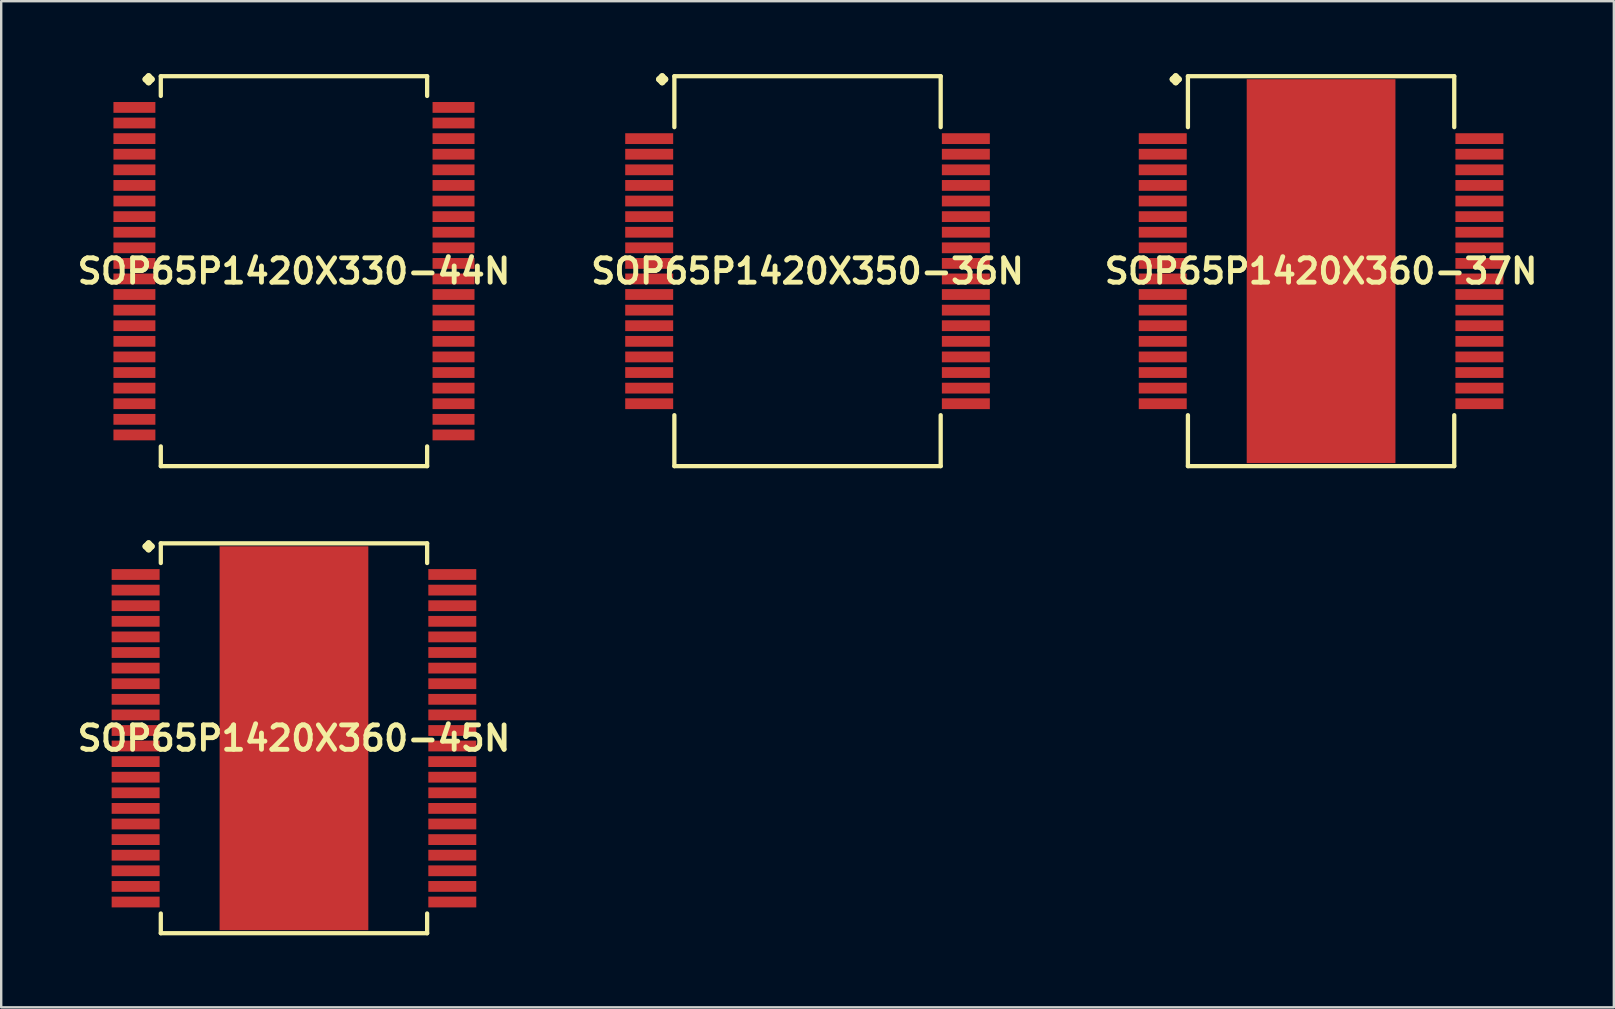
<source format=kicad_pcb>
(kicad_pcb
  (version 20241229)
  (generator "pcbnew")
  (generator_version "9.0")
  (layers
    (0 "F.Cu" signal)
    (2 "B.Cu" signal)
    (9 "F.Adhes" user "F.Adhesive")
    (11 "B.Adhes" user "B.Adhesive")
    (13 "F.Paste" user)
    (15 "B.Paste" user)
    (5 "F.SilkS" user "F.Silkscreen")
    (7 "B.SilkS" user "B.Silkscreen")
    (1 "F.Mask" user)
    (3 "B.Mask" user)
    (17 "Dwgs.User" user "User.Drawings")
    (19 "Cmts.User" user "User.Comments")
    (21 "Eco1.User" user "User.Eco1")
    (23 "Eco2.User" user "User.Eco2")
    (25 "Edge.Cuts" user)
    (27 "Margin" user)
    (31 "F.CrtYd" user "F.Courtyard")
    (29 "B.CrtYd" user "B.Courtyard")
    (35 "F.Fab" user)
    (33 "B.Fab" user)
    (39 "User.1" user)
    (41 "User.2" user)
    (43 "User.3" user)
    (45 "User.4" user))
  (footprint "SOP65P1420X360-45N"
    (layer "F.Cu")
    (at 9.202 27.719)
    (property "Reference" "SOP65P1420X360-45N" (at 0 0 0) (layer "F.SilkS") (effects (font (size 1.016 1.016) (thickness 0.203))))
    (attr smd)
    (fp_line (start -6.185 -7.998) (end -6.058 -8.125) (stroke (width 0.254) (type solid)) (layer "F.SilkS"))
    (fp_line (start -6.058 -8.125) (end -5.931 -7.998) (stroke (width 0.254) (type solid)) (layer "F.SilkS"))
    (fp_line (start -6.058 -7.871) (end -6.185 -7.998) (stroke (width 0.254) (type solid)) (layer "F.SilkS"))
    (fp_line (start -5.931 -7.998) (end -6.058 -7.871) (stroke (width 0.254) (type solid)) (layer "F.SilkS"))
    (fp_line (start -5.55 -8.125) (end 5.55 -8.125) (stroke (width 0.178) (type solid)) (layer "F.SilkS"))
    (fp_line (start -5.55 -7.303) (end -5.55 -8.125) (stroke (width 0.178) (type solid)) (layer "F.SilkS"))
    (fp_line (start -5.55 7.303) (end -5.55 8.125) (stroke (width 0.178) (type solid)) (layer "F.SilkS"))
    (fp_line (start -5.55 8.125) (end 5.55 8.125) (stroke (width 0.178) (type solid)) (layer "F.SilkS"))
    (fp_line (start 5.55 -8.125) (end 5.55 -7.303) (stroke (width 0.178) (type solid)) (layer "F.SilkS"))
    (fp_line (start 5.55 8.125) (end 5.55 7.303) (stroke (width 0.178) (type solid)) (layer "F.SilkS"))
    (pad "1" smd rect (at -6.599 -6.825) (size 1.999 0.45) (layers "F.Cu" "F.Mask" "F.Paste"))
    (pad "2" smd rect (at -6.599 -6.175) (size 1.999 0.45) (layers "F.Cu" "F.Mask" "F.Paste"))
    (pad "3" smd rect (at -6.599 -5.524) (size 1.999 0.45) (layers "F.Cu" "F.Mask" "F.Paste"))
    (pad "4" smd rect (at -6.599 -4.874) (size 1.999 0.45) (layers "F.Cu" "F.Mask" "F.Paste"))
    (pad "5" smd rect (at -6.599 -4.224) (size 1.999 0.45) (layers "F.Cu" "F.Mask" "F.Paste"))
    (pad "6" smd rect (at -6.599 -3.574) (size 1.999 0.45) (layers "F.Cu" "F.Mask" "F.Paste"))
    (pad "7" smd rect (at -6.599 -2.924) (size 1.999 0.45) (layers "F.Cu" "F.Mask" "F.Paste"))
    (pad "8" smd rect (at -6.599 -2.273) (size 1.999 0.45) (layers "F.Cu" "F.Mask" "F.Paste"))
    (pad "9" smd rect (at -6.599 -1.623) (size 1.999 0.45) (layers "F.Cu" "F.Mask" "F.Paste"))
    (pad "10" smd rect (at -6.599 -0.973) (size 1.999 0.45) (layers "F.Cu" "F.Mask" "F.Paste"))
    (pad "11" smd rect (at -6.599 -0.323) (size 1.999 0.45) (layers "F.Cu" "F.Mask" "F.Paste"))
    (pad "12" smd rect (at -6.599 0.323) (size 1.999 0.45) (layers "F.Cu" "F.Mask" "F.Paste"))
    (pad "13" smd rect (at -6.599 0.973) (size 1.999 0.45) (layers "F.Cu" "F.Mask" "F.Paste"))
    (pad "14" smd rect (at -6.599 1.623) (size 1.999 0.45) (layers "F.Cu" "F.Mask" "F.Paste"))
    (pad "15" smd rect (at -6.599 2.273) (size 1.999 0.45) (layers "F.Cu" "F.Mask" "F.Paste"))
    (pad "16" smd rect (at -6.599 2.924) (size 1.999 0.45) (layers "F.Cu" "F.Mask" "F.Paste"))
    (pad "17" smd rect (at -6.599 3.574) (size 1.999 0.45) (layers "F.Cu" "F.Mask" "F.Paste"))
    (pad "18" smd rect (at -6.599 4.224) (size 1.999 0.45) (layers "F.Cu" "F.Mask" "F.Paste"))
    (pad "19" smd rect (at -6.599 4.874) (size 1.999 0.45) (layers "F.Cu" "F.Mask" "F.Paste"))
    (pad "20" smd rect (at -6.599 5.524) (size 1.999 0.45) (layers "F.Cu" "F.Mask" "F.Paste"))
    (pad "21" smd rect (at -6.599 6.175) (size 1.999 0.45) (layers "F.Cu" "F.Mask" "F.Paste"))
    (pad "22" smd rect (at -6.599 6.825) (size 1.999 0.45) (layers "F.Cu" "F.Mask" "F.Paste"))
    (pad "23" smd rect (at 6.599 6.825) (size 1.999 0.45) (layers "F.Cu" "F.Mask" "F.Paste"))
    (pad "24" smd rect (at 6.599 6.175) (size 1.999 0.45) (layers "F.Cu" "F.Mask" "F.Paste"))
    (pad "25" smd rect (at 6.599 5.524) (size 1.999 0.45) (layers "F.Cu" "F.Mask" "F.Paste"))
    (pad "26" smd rect (at 6.599 4.874) (size 1.999 0.45) (layers "F.Cu" "F.Mask" "F.Paste"))
    (pad "27" smd rect (at 6.599 4.224) (size 1.999 0.45) (layers "F.Cu" "F.Mask" "F.Paste"))
    (pad "28" smd rect (at 6.599 3.574) (size 1.999 0.45) (layers "F.Cu" "F.Mask" "F.Paste"))
    (pad "29" smd rect (at 6.599 2.924) (size 1.999 0.45) (layers "F.Cu" "F.Mask" "F.Paste"))
    (pad "30" smd rect (at 6.599 2.273) (size 1.999 0.45) (layers "F.Cu" "F.Mask" "F.Paste"))
    (pad "31" smd rect (at 6.599 1.623) (size 1.999 0.45) (layers "F.Cu" "F.Mask" "F.Paste"))
    (pad "32" smd rect (at 6.599 0.973) (size 1.999 0.45) (layers "F.Cu" "F.Mask" "F.Paste"))
    (pad "33" smd rect (at 6.599 0.323) (size 1.999 0.45) (layers "F.Cu" "F.Mask" "F.Paste"))
    (pad "34" smd rect (at 6.599 -0.323) (size 1.999 0.45) (layers "F.Cu" "F.Mask" "F.Paste"))
    (pad "35" smd rect (at 6.599 -0.973) (size 1.999 0.45) (layers "F.Cu" "F.Mask" "F.Paste"))
    (pad "36" smd rect (at 6.599 -1.623) (size 1.999 0.45) (layers "F.Cu" "F.Mask" "F.Paste"))
    (pad "37" smd rect (at 6.599 -2.273) (size 1.999 0.45) (layers "F.Cu" "F.Mask" "F.Paste"))
    (pad "38" smd rect (at 6.599 -2.924) (size 1.999 0.45) (layers "F.Cu" "F.Mask" "F.Paste"))
    (pad "39" smd rect (at 6.599 -3.574) (size 1.999 0.45) (layers "F.Cu" "F.Mask" "F.Paste"))
    (pad "40" smd rect (at 6.599 -4.224) (size 1.999 0.45) (layers "F.Cu" "F.Mask" "F.Paste"))
    (pad "41" smd rect (at 6.599 -4.874) (size 1.999 0.45) (layers "F.Cu" "F.Mask" "F.Paste"))
    (pad "42" smd rect (at 6.599 -5.524) (size 1.999 0.45) (layers "F.Cu" "F.Mask" "F.Paste"))
    (pad "43" smd rect (at 6.599 -6.175) (size 1.999 0.45) (layers "F.Cu" "F.Mask" "F.Paste"))
    (pad "44" smd rect (at 6.599 -6.825) (size 1.999 0.45) (layers "F.Cu" "F.Mask" "F.Paste"))
    (pad "45" smd rect (at 0 0) (size 6.198 15.999) (layers "F.Cu" "F.Mask" "F.Paste")))
  (footprint "SOP65P1420X330-44N"
    (layer "F.Cu")
    (at 9.202 8.252)
    (property "Reference" "SOP65P1420X330-44N" (at 0 0 0) (layer "F.SilkS") (effects (font (size 1.016 1.016) (thickness 0.203))))
    (attr smd)
    (fp_line (start -6.185 -7.998) (end -6.058 -8.125) (stroke (width 0.254) (type solid)) (layer "F.SilkS"))
    (fp_line (start -6.058 -8.125) (end -5.931 -7.998) (stroke (width 0.254) (type solid)) (layer "F.SilkS"))
    (fp_line (start -6.058 -7.871) (end -6.185 -7.998) (stroke (width 0.254) (type solid)) (layer "F.SilkS"))
    (fp_line (start -5.931 -7.998) (end -6.058 -7.871) (stroke (width 0.254) (type solid)) (layer "F.SilkS"))
    (fp_line (start -5.55 -8.125) (end 5.55 -8.125) (stroke (width 0.178) (type solid)) (layer "F.SilkS"))
    (fp_line (start -5.55 -7.303) (end -5.55 -8.125) (stroke (width 0.178) (type solid)) (layer "F.SilkS"))
    (fp_line (start -5.55 7.303) (end -5.55 8.125) (stroke (width 0.178) (type solid)) (layer "F.SilkS"))
    (fp_line (start -5.55 8.125) (end 5.55 8.125) (stroke (width 0.178) (type solid)) (layer "F.SilkS"))
    (fp_line (start 5.55 -8.125) (end 5.55 -7.303) (stroke (width 0.178) (type solid)) (layer "F.SilkS"))
    (fp_line (start 5.55 8.125) (end 5.55 7.303) (stroke (width 0.178) (type solid)) (layer "F.SilkS"))
    (pad "1" smd rect (at -6.65 -6.825) (size 1.748 0.45) (layers "F.Cu" "F.Mask" "F.Paste"))
    (pad "2" smd rect (at -6.65 -6.175) (size 1.748 0.45) (layers "F.Cu" "F.Mask" "F.Paste"))
    (pad "3" smd rect (at -6.65 -5.524) (size 1.748 0.45) (layers "F.Cu" "F.Mask" "F.Paste"))
    (pad "4" smd rect (at -6.65 -4.874) (size 1.748 0.45) (layers "F.Cu" "F.Mask" "F.Paste"))
    (pad "5" smd rect (at -6.65 -4.224) (size 1.748 0.45) (layers "F.Cu" "F.Mask" "F.Paste"))
    (pad "6" smd rect (at -6.65 -3.574) (size 1.748 0.45) (layers "F.Cu" "F.Mask" "F.Paste"))
    (pad "7" smd rect (at -6.65 -2.924) (size 1.748 0.45) (layers "F.Cu" "F.Mask" "F.Paste"))
    (pad "8" smd rect (at -6.65 -2.273) (size 1.748 0.45) (layers "F.Cu" "F.Mask" "F.Paste"))
    (pad "9" smd rect (at -6.65 -1.623) (size 1.748 0.45) (layers "F.Cu" "F.Mask" "F.Paste"))
    (pad "10" smd rect (at -6.65 -0.973) (size 1.748 0.45) (layers "F.Cu" "F.Mask" "F.Paste"))
    (pad "11" smd rect (at -6.65 -0.323) (size 1.748 0.45) (layers "F.Cu" "F.Mask" "F.Paste"))
    (pad "12" smd rect (at -6.65 0.323) (size 1.748 0.45) (layers "F.Cu" "F.Mask" "F.Paste"))
    (pad "13" smd rect (at -6.65 0.973) (size 1.748 0.45) (layers "F.Cu" "F.Mask" "F.Paste"))
    (pad "14" smd rect (at -6.65 1.623) (size 1.748 0.45) (layers "F.Cu" "F.Mask" "F.Paste"))
    (pad "15" smd rect (at -6.65 2.273) (size 1.748 0.45) (layers "F.Cu" "F.Mask" "F.Paste"))
    (pad "16" smd rect (at -6.65 2.924) (size 1.748 0.45) (layers "F.Cu" "F.Mask" "F.Paste"))
    (pad "17" smd rect (at -6.65 3.574) (size 1.748 0.45) (layers "F.Cu" "F.Mask" "F.Paste"))
    (pad "18" smd rect (at -6.65 4.224) (size 1.748 0.45) (layers "F.Cu" "F.Mask" "F.Paste"))
    (pad "19" smd rect (at -6.65 4.874) (size 1.748 0.45) (layers "F.Cu" "F.Mask" "F.Paste"))
    (pad "20" smd rect (at -6.65 5.524) (size 1.748 0.45) (layers "F.Cu" "F.Mask" "F.Paste"))
    (pad "21" smd rect (at -6.65 6.175) (size 1.748 0.45) (layers "F.Cu" "F.Mask" "F.Paste"))
    (pad "22" smd rect (at -6.65 6.825) (size 1.748 0.45) (layers "F.Cu" "F.Mask" "F.Paste"))
    (pad "23" smd rect (at 6.65 6.825) (size 1.748 0.45) (layers "F.Cu" "F.Mask" "F.Paste"))
    (pad "24" smd rect (at 6.65 6.175) (size 1.748 0.45) (layers "F.Cu" "F.Mask" "F.Paste"))
    (pad "25" smd rect (at 6.65 5.524) (size 1.748 0.45) (layers "F.Cu" "F.Mask" "F.Paste"))
    (pad "26" smd rect (at 6.65 4.874) (size 1.748 0.45) (layers "F.Cu" "F.Mask" "F.Paste"))
    (pad "27" smd rect (at 6.65 4.224) (size 1.748 0.45) (layers "F.Cu" "F.Mask" "F.Paste"))
    (pad "28" smd rect (at 6.65 3.574) (size 1.748 0.45) (layers "F.Cu" "F.Mask" "F.Paste"))
    (pad "29" smd rect (at 6.65 2.924) (size 1.748 0.45) (layers "F.Cu" "F.Mask" "F.Paste"))
    (pad "30" smd rect (at 6.65 2.273) (size 1.748 0.45) (layers "F.Cu" "F.Mask" "F.Paste"))
    (pad "31" smd rect (at 6.65 1.623) (size 1.748 0.45) (layers "F.Cu" "F.Mask" "F.Paste"))
    (pad "32" smd rect (at 6.65 0.973) (size 1.748 0.45) (layers "F.Cu" "F.Mask" "F.Paste"))
    (pad "33" smd rect (at 6.65 0.323) (size 1.748 0.45) (layers "F.Cu" "F.Mask" "F.Paste"))
    (pad "34" smd rect (at 6.65 -0.323) (size 1.748 0.45) (layers "F.Cu" "F.Mask" "F.Paste"))
    (pad "35" smd rect (at 6.65 -0.973) (size 1.748 0.45) (layers "F.Cu" "F.Mask" "F.Paste"))
    (pad "36" smd rect (at 6.65 -1.623) (size 1.748 0.45) (layers "F.Cu" "F.Mask" "F.Paste"))
    (pad "37" smd rect (at 6.65 -2.273) (size 1.748 0.45) (layers "F.Cu" "F.Mask" "F.Paste"))
    (pad "38" smd rect (at 6.65 -2.924) (size 1.748 0.45) (layers "F.Cu" "F.Mask" "F.Paste"))
    (pad "39" smd rect (at 6.65 -3.574) (size 1.748 0.45) (layers "F.Cu" "F.Mask" "F.Paste"))
    (pad "40" smd rect (at 6.65 -4.224) (size 1.748 0.45) (layers "F.Cu" "F.Mask" "F.Paste"))
    (pad "41" smd rect (at 6.65 -4.874) (size 1.748 0.45) (layers "F.Cu" "F.Mask" "F.Paste"))
    (pad "42" smd rect (at 6.65 -5.524) (size 1.748 0.45) (layers "F.Cu" "F.Mask" "F.Paste"))
    (pad "43" smd rect (at 6.65 -6.175) (size 1.748 0.45) (layers "F.Cu" "F.Mask" "F.Paste"))
    (pad "44" smd rect (at 6.65 -6.825) (size 1.748 0.45) (layers "F.Cu" "F.Mask" "F.Paste")))
  (footprint "SOP65P1420X350-36N"
    (layer "F.Cu")
    (at 30.606 8.252)
    (property "Reference" "SOP65P1420X350-36N" (at 0 0 0) (layer "F.SilkS") (effects (font (size 1.016 1.016) (thickness 0.203))))
    (attr smd)
    (fp_line (start -6.185 -7.998) (end -6.058 -8.125) (stroke (width 0.254) (type solid)) (layer "F.SilkS"))
    (fp_line (start -6.058 -8.125) (end -5.931 -7.998) (stroke (width 0.254) (type solid)) (layer "F.SilkS"))
    (fp_line (start -6.058 -7.871) (end -6.185 -7.998) (stroke (width 0.254) (type solid)) (layer "F.SilkS"))
    (fp_line (start -5.931 -7.998) (end -6.058 -7.871) (stroke (width 0.254) (type solid)) (layer "F.SilkS"))
    (fp_line (start -5.55 -8.125) (end 5.55 -8.125) (stroke (width 0.178) (type solid)) (layer "F.SilkS"))
    (fp_line (start -5.55 -6.002) (end -5.55 -8.125) (stroke (width 0.178) (type solid)) (layer "F.SilkS"))
    (fp_line (start -5.55 6.002) (end -5.55 8.125) (stroke (width 0.178) (type solid)) (layer "F.SilkS"))
    (fp_line (start -5.55 8.125) (end 5.55 8.125) (stroke (width 0.178) (type solid)) (layer "F.SilkS"))
    (fp_line (start 5.55 -8.125) (end 5.55 -6.002) (stroke (width 0.178) (type solid)) (layer "F.SilkS"))
    (fp_line (start 5.55 8.125) (end 5.55 6.002) (stroke (width 0.178) (type solid)) (layer "F.SilkS"))
    (pad "1" smd rect (at -6.599 -5.524) (size 1.999 0.45) (layers "F.Cu" "F.Mask" "F.Paste"))
    (pad "2" smd rect (at -6.599 -4.874) (size 1.999 0.45) (layers "F.Cu" "F.Mask" "F.Paste"))
    (pad "3" smd rect (at -6.599 -4.224) (size 1.999 0.45) (layers "F.Cu" "F.Mask" "F.Paste"))
    (pad "4" smd rect (at -6.599 -3.574) (size 1.999 0.45) (layers "F.Cu" "F.Mask" "F.Paste"))
    (pad "5" smd rect (at -6.599 -2.924) (size 1.999 0.45) (layers "F.Cu" "F.Mask" "F.Paste"))
    (pad "6" smd rect (at -6.599 -2.273) (size 1.999 0.45) (layers "F.Cu" "F.Mask" "F.Paste"))
    (pad "7" smd rect (at -6.599 -1.623) (size 1.999 0.45) (layers "F.Cu" "F.Mask" "F.Paste"))
    (pad "8" smd rect (at -6.599 -0.973) (size 1.999 0.45) (layers "F.Cu" "F.Mask" "F.Paste"))
    (pad "9" smd rect (at -6.599 -0.323) (size 1.999 0.45) (layers "F.Cu" "F.Mask" "F.Paste"))
    (pad "10" smd rect (at -6.599 0.323) (size 1.999 0.45) (layers "F.Cu" "F.Mask" "F.Paste"))
    (pad "11" smd rect (at -6.599 0.973) (size 1.999 0.45) (layers "F.Cu" "F.Mask" "F.Paste"))
    (pad "12" smd rect (at -6.599 1.623) (size 1.999 0.45) (layers "F.Cu" "F.Mask" "F.Paste"))
    (pad "13" smd rect (at -6.599 2.273) (size 1.999 0.45) (layers "F.Cu" "F.Mask" "F.Paste"))
    (pad "14" smd rect (at -6.599 2.924) (size 1.999 0.45) (layers "F.Cu" "F.Mask" "F.Paste"))
    (pad "15" smd rect (at -6.599 3.574) (size 1.999 0.45) (layers "F.Cu" "F.Mask" "F.Paste"))
    (pad "16" smd rect (at -6.599 4.224) (size 1.999 0.45) (layers "F.Cu" "F.Mask" "F.Paste"))
    (pad "17" smd rect (at -6.599 4.874) (size 1.999 0.45) (layers "F.Cu" "F.Mask" "F.Paste"))
    (pad "18" smd rect (at -6.599 5.524) (size 1.999 0.45) (layers "F.Cu" "F.Mask" "F.Paste"))
    (pad "19" smd rect (at 6.599 5.524) (size 1.999 0.45) (layers "F.Cu" "F.Mask" "F.Paste"))
    (pad "20" smd rect (at 6.599 4.874) (size 1.999 0.45) (layers "F.Cu" "F.Mask" "F.Paste"))
    (pad "21" smd rect (at 6.599 4.224) (size 1.999 0.45) (layers "F.Cu" "F.Mask" "F.Paste"))
    (pad "22" smd rect (at 6.599 3.574) (size 1.999 0.45) (layers "F.Cu" "F.Mask" "F.Paste"))
    (pad "23" smd rect (at 6.599 2.924) (size 1.999 0.45) (layers "F.Cu" "F.Mask" "F.Paste"))
    (pad "24" smd rect (at 6.599 2.273) (size 1.999 0.45) (layers "F.Cu" "F.Mask" "F.Paste"))
    (pad "25" smd rect (at 6.599 1.623) (size 1.999 0.45) (layers "F.Cu" "F.Mask" "F.Paste"))
    (pad "26" smd rect (at 6.599 0.973) (size 1.999 0.45) (layers "F.Cu" "F.Mask" "F.Paste"))
    (pad "27" smd rect (at 6.599 0.323) (size 1.999 0.45) (layers "F.Cu" "F.Mask" "F.Paste"))
    (pad "28" smd rect (at 6.599 -0.323) (size 1.999 0.45) (layers "F.Cu" "F.Mask" "F.Paste"))
    (pad "29" smd rect (at 6.599 -0.973) (size 1.999 0.45) (layers "F.Cu" "F.Mask" "F.Paste"))
    (pad "30" smd rect (at 6.599 -1.623) (size 1.999 0.45) (layers "F.Cu" "F.Mask" "F.Paste"))
    (pad "31" smd rect (at 6.599 -2.273) (size 1.999 0.45) (layers "F.Cu" "F.Mask" "F.Paste"))
    (pad "32" smd rect (at 6.599 -2.924) (size 1.999 0.45) (layers "F.Cu" "F.Mask" "F.Paste"))
    (pad "33" smd rect (at 6.599 -3.574) (size 1.999 0.45) (layers "F.Cu" "F.Mask" "F.Paste"))
    (pad "34" smd rect (at 6.599 -4.224) (size 1.999 0.45) (layers "F.Cu" "F.Mask" "F.Paste"))
    (pad "35" smd rect (at 6.599 -4.874) (size 1.999 0.45) (layers "F.Cu" "F.Mask" "F.Paste"))
    (pad "36" smd rect (at 6.599 -5.524) (size 1.999 0.45) (layers "F.Cu" "F.Mask" "F.Paste")))
  (footprint "SOP65P1420X360-37N"
    (layer "F.Cu")
    (at 52.01 8.252)
    (property "Reference" "SOP65P1420X360-37N" (at 0 0 0) (layer "F.SilkS") (effects (font (size 1.016 1.016) (thickness 0.203))))
    (attr smd)
    (fp_line (start -6.185 -7.998) (end -6.058 -8.125) (stroke (width 0.254) (type solid)) (layer "F.SilkS"))
    (fp_line (start -6.058 -8.125) (end -5.931 -7.998) (stroke (width 0.254) (type solid)) (layer "F.SilkS"))
    (fp_line (start -6.058 -7.871) (end -6.185 -7.998) (stroke (width 0.254) (type solid)) (layer "F.SilkS"))
    (fp_line (start -5.931 -7.998) (end -6.058 -7.871) (stroke (width 0.254) (type solid)) (layer "F.SilkS"))
    (fp_line (start -5.55 -8.125) (end 5.55 -8.125) (stroke (width 0.178) (type solid)) (layer "F.SilkS"))
    (fp_line (start -5.55 -6.002) (end -5.55 -8.125) (stroke (width 0.178) (type solid)) (layer "F.SilkS"))
    (fp_line (start -5.55 6.002) (end -5.55 8.125) (stroke (width 0.178) (type solid)) (layer "F.SilkS"))
    (fp_line (start -5.55 8.125) (end 5.55 8.125) (stroke (width 0.178) (type solid)) (layer "F.SilkS"))
    (fp_line (start 5.55 -8.125) (end 5.55 -6.002) (stroke (width 0.178) (type solid)) (layer "F.SilkS"))
    (fp_line (start 5.55 8.125) (end 5.55 6.002) (stroke (width 0.178) (type solid)) (layer "F.SilkS"))
    (pad "1" smd rect (at -6.599 -5.524) (size 1.999 0.45) (layers "F.Cu" "F.Mask" "F.Paste"))
    (pad "2" smd rect (at -6.599 -4.874) (size 1.999 0.45) (layers "F.Cu" "F.Mask" "F.Paste"))
    (pad "3" smd rect (at -6.599 -4.224) (size 1.999 0.45) (layers "F.Cu" "F.Mask" "F.Paste"))
    (pad "4" smd rect (at -6.599 -3.574) (size 1.999 0.45) (layers "F.Cu" "F.Mask" "F.Paste"))
    (pad "5" smd rect (at -6.599 -2.924) (size 1.999 0.45) (layers "F.Cu" "F.Mask" "F.Paste"))
    (pad "6" smd rect (at -6.599 -2.273) (size 1.999 0.45) (layers "F.Cu" "F.Mask" "F.Paste"))
    (pad "7" smd rect (at -6.599 -1.623) (size 1.999 0.45) (layers "F.Cu" "F.Mask" "F.Paste"))
    (pad "8" smd rect (at -6.599 -0.973) (size 1.999 0.45) (layers "F.Cu" "F.Mask" "F.Paste"))
    (pad "9" smd rect (at -6.599 -0.323) (size 1.999 0.45) (layers "F.Cu" "F.Mask" "F.Paste"))
    (pad "10" smd rect (at -6.599 0.323) (size 1.999 0.45) (layers "F.Cu" "F.Mask" "F.Paste"))
    (pad "11" smd rect (at -6.599 0.973) (size 1.999 0.45) (layers "F.Cu" "F.Mask" "F.Paste"))
    (pad "12" smd rect (at -6.599 1.623) (size 1.999 0.45) (layers "F.Cu" "F.Mask" "F.Paste"))
    (pad "13" smd rect (at -6.599 2.273) (size 1.999 0.45) (layers "F.Cu" "F.Mask" "F.Paste"))
    (pad "14" smd rect (at -6.599 2.924) (size 1.999 0.45) (layers "F.Cu" "F.Mask" "F.Paste"))
    (pad "15" smd rect (at -6.599 3.574) (size 1.999 0.45) (layers "F.Cu" "F.Mask" "F.Paste"))
    (pad "16" smd rect (at -6.599 4.224) (size 1.999 0.45) (layers "F.Cu" "F.Mask" "F.Paste"))
    (pad "17" smd rect (at -6.599 4.874) (size 1.999 0.45) (layers "F.Cu" "F.Mask" "F.Paste"))
    (pad "18" smd rect (at -6.599 5.524) (size 1.999 0.45) (layers "F.Cu" "F.Mask" "F.Paste"))
    (pad "19" smd rect (at 6.599 5.524) (size 1.999 0.45) (layers "F.Cu" "F.Mask" "F.Paste"))
    (pad "20" smd rect (at 6.599 4.874) (size 1.999 0.45) (layers "F.Cu" "F.Mask" "F.Paste"))
    (pad "21" smd rect (at 6.599 4.224) (size 1.999 0.45) (layers "F.Cu" "F.Mask" "F.Paste"))
    (pad "22" smd rect (at 6.599 3.574) (size 1.999 0.45) (layers "F.Cu" "F.Mask" "F.Paste"))
    (pad "23" smd rect (at 6.599 2.924) (size 1.999 0.45) (layers "F.Cu" "F.Mask" "F.Paste"))
    (pad "24" smd rect (at 6.599 2.273) (size 1.999 0.45) (layers "F.Cu" "F.Mask" "F.Paste"))
    (pad "25" smd rect (at 6.599 1.623) (size 1.999 0.45) (layers "F.Cu" "F.Mask" "F.Paste"))
    (pad "26" smd rect (at 6.599 0.973) (size 1.999 0.45) (layers "F.Cu" "F.Mask" "F.Paste"))
    (pad "27" smd rect (at 6.599 0.323) (size 1.999 0.45) (layers "F.Cu" "F.Mask" "F.Paste"))
    (pad "28" smd rect (at 6.599 -0.323) (size 1.999 0.45) (layers "F.Cu" "F.Mask" "F.Paste"))
    (pad "29" smd rect (at 6.599 -0.973) (size 1.999 0.45) (layers "F.Cu" "F.Mask" "F.Paste"))
    (pad "30" smd rect (at 6.599 -1.623) (size 1.999 0.45) (layers "F.Cu" "F.Mask" "F.Paste"))
    (pad "31" smd rect (at 6.599 -2.273) (size 1.999 0.45) (layers "F.Cu" "F.Mask" "F.Paste"))
    (pad "32" smd rect (at 6.599 -2.924) (size 1.999 0.45) (layers "F.Cu" "F.Mask" "F.Paste"))
    (pad "33" smd rect (at 6.599 -3.574) (size 1.999 0.45) (layers "F.Cu" "F.Mask" "F.Paste"))
    (pad "34" smd rect (at 6.599 -4.224) (size 1.999 0.45) (layers "F.Cu" "F.Mask" "F.Paste"))
    (pad "35" smd rect (at 6.599 -4.874) (size 1.999 0.45) (layers "F.Cu" "F.Mask" "F.Paste"))
    (pad "36" smd rect (at 6.599 -5.524) (size 1.999 0.45) (layers "F.Cu" "F.Mask" "F.Paste"))
    (pad "37" smd rect (at 0 0) (size 6.198 15.999) (layers "F.Cu" "F.Mask" "F.Paste")))
  (gr_rect
    (start -3 -3)
    (end 64.212 38.934)
    (stroke (width 0.1) (type default))
    (fill no)
    (layer "Edge.Cuts")))
</source>
